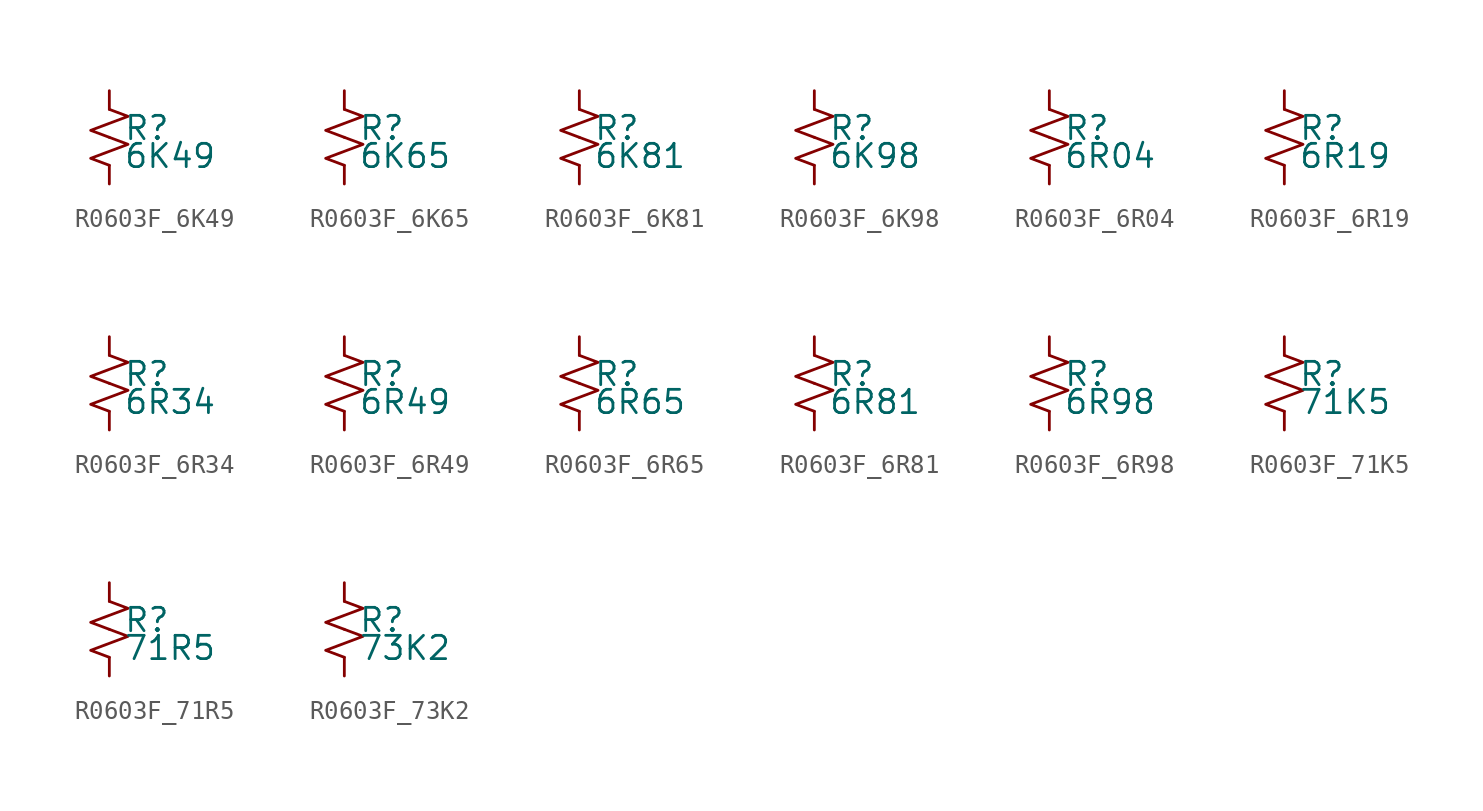
<source format=kicad_sym>
(kicad_symbol_lib
  (version 20220914)
  (generator kicad_symbol_editor)
  (symbol "R0603F_6K49"
    (pin_numbers hide)
    (pin_names
      (offset 0.254) hide)
    (property "Reference" "R"
      (at 0.762 0.508 0)
      (effects (font (size 1.27 1.27)) (justify left)))
    (property "Value" "6K49"
      (at 0.762 -1.016 0)
      (effects (font (size 1.27 1.27)) (justify left)))
    (symbol "R0603F_6K49_1_1"
      (polyline (pts (xy 0 0) (xy 1.016 -0.381) (xy 0 -0.762) (xy -1.016 -1.143) (xy 0 -1.524)) (stroke (width 0) (type default)) (fill (type none)))
      (polyline (pts (xy 0 1.524) (xy 1.016 1.143) (xy 0 0.762) (xy -1.016 0.381) (xy 0 0)) (stroke (width 0) (type default)) (fill (type none)))
      (pin passive line (at 0 2.54 270) (length 1.016) (name "~" (effects (font (size 1.27 1.27)))) (number "1" (effects (font (size 1.27 1.27)))))
      (pin passive line (at 0 -2.54 90) (length 1.016) (name "~" (effects (font (size 1.27 1.27)))) (number "2" (effects (font (size 1.27 1.27)))))))
  (symbol "R0603F_6K65"
    (pin_numbers hide)
    (pin_names
      (offset 0.254) hide)
    (property "Reference" "R"
      (at 0.762 0.508 0)
      (effects (font (size 1.27 1.27)) (justify left)))
    (property "Value" "6K65"
      (at 0.762 -1.016 0)
      (effects (font (size 1.27 1.27)) (justify left)))
    (symbol "R0603F_6K65_1_1"
      (polyline (pts (xy 0 0) (xy 1.016 -0.381) (xy 0 -0.762) (xy -1.016 -1.143) (xy 0 -1.524)) (stroke (width 0) (type default)) (fill (type none)))
      (polyline (pts (xy 0 1.524) (xy 1.016 1.143) (xy 0 0.762) (xy -1.016 0.381) (xy 0 0)) (stroke (width 0) (type default)) (fill (type none)))
      (pin passive line (at 0 2.54 270) (length 1.016) (name "~" (effects (font (size 1.27 1.27)))) (number "1" (effects (font (size 1.27 1.27)))))
      (pin passive line (at 0 -2.54 90) (length 1.016) (name "~" (effects (font (size 1.27 1.27)))) (number "2" (effects (font (size 1.27 1.27)))))))
  (symbol "R0603F_6K81"
    (pin_numbers hide)
    (pin_names
      (offset 0.254) hide)
    (property "Reference" "R"
      (at 0.762 0.508 0)
      (effects (font (size 1.27 1.27)) (justify left)))
    (property "Value" "6K81"
      (at 0.762 -1.016 0)
      (effects (font (size 1.27 1.27)) (justify left)))
    (symbol "R0603F_6K81_1_1"
      (polyline (pts (xy 0 0) (xy 1.016 -0.381) (xy 0 -0.762) (xy -1.016 -1.143) (xy 0 -1.524)) (stroke (width 0) (type default)) (fill (type none)))
      (polyline (pts (xy 0 1.524) (xy 1.016 1.143) (xy 0 0.762) (xy -1.016 0.381) (xy 0 0)) (stroke (width 0) (type default)) (fill (type none)))
      (pin passive line (at 0 2.54 270) (length 1.016) (name "~" (effects (font (size 1.27 1.27)))) (number "1" (effects (font (size 1.27 1.27)))))
      (pin passive line (at 0 -2.54 90) (length 1.016) (name "~" (effects (font (size 1.27 1.27)))) (number "2" (effects (font (size 1.27 1.27)))))))
  (symbol "R0603F_6K98"
    (pin_numbers hide)
    (pin_names
      (offset 0.254) hide)
    (property "Reference" "R"
      (at 0.762 0.508 0)
      (effects (font (size 1.27 1.27)) (justify left)))
    (property "Value" "6K98"
      (at 0.762 -1.016 0)
      (effects (font (size 1.27 1.27)) (justify left)))
    (symbol "R0603F_6K98_1_1"
      (polyline (pts (xy 0 0) (xy 1.016 -0.381) (xy 0 -0.762) (xy -1.016 -1.143) (xy 0 -1.524)) (stroke (width 0) (type default)) (fill (type none)))
      (polyline (pts (xy 0 1.524) (xy 1.016 1.143) (xy 0 0.762) (xy -1.016 0.381) (xy 0 0)) (stroke (width 0) (type default)) (fill (type none)))
      (pin passive line (at 0 2.54 270) (length 1.016) (name "~" (effects (font (size 1.27 1.27)))) (number "1" (effects (font (size 1.27 1.27)))))
      (pin passive line (at 0 -2.54 90) (length 1.016) (name "~" (effects (font (size 1.27 1.27)))) (number "2" (effects (font (size 1.27 1.27)))))))
  (symbol "R0603F_6R04"
    (pin_numbers hide)
    (pin_names
      (offset 0.254) hide)
    (property "Reference" "R"
      (at 0.762 0.508 0)
      (effects (font (size 1.27 1.27)) (justify left)))
    (property "Value" "6R04"
      (at 0.762 -1.016 0)
      (effects (font (size 1.27 1.27)) (justify left)))
    (symbol "R0603F_6R04_1_1"
      (polyline (pts (xy 0 0) (xy 1.016 -0.381) (xy 0 -0.762) (xy -1.016 -1.143) (xy 0 -1.524)) (stroke (width 0) (type default)) (fill (type none)))
      (polyline (pts (xy 0 1.524) (xy 1.016 1.143) (xy 0 0.762) (xy -1.016 0.381) (xy 0 0)) (stroke (width 0) (type default)) (fill (type none)))
      (pin passive line (at 0 2.54 270) (length 1.016) (name "~" (effects (font (size 1.27 1.27)))) (number "1" (effects (font (size 1.27 1.27)))))
      (pin passive line (at 0 -2.54 90) (length 1.016) (name "~" (effects (font (size 1.27 1.27)))) (number "2" (effects (font (size 1.27 1.27)))))))
  (symbol "R0603F_6R19"
    (pin_numbers hide)
    (pin_names
      (offset 0.254) hide)
    (property "Reference" "R"
      (at 0.762 0.508 0)
      (effects (font (size 1.27 1.27)) (justify left)))
    (property "Value" "6R19"
      (at 0.762 -1.016 0)
      (effects (font (size 1.27 1.27)) (justify left)))
    (symbol "R0603F_6R19_1_1"
      (polyline (pts (xy 0 0) (xy 1.016 -0.381) (xy 0 -0.762) (xy -1.016 -1.143) (xy 0 -1.524)) (stroke (width 0) (type default)) (fill (type none)))
      (polyline (pts (xy 0 1.524) (xy 1.016 1.143) (xy 0 0.762) (xy -1.016 0.381) (xy 0 0)) (stroke (width 0) (type default)) (fill (type none)))
      (pin passive line (at 0 2.54 270) (length 1.016) (name "~" (effects (font (size 1.27 1.27)))) (number "1" (effects (font (size 1.27 1.27)))))
      (pin passive line (at 0 -2.54 90) (length 1.016) (name "~" (effects (font (size 1.27 1.27)))) (number "2" (effects (font (size 1.27 1.27)))))))
  (symbol "R0603F_6R34"
    (pin_numbers hide)
    (pin_names
      (offset 0.254) hide)
    (property "Reference" "R"
      (at 0.762 0.508 0)
      (effects (font (size 1.27 1.27)) (justify left)))
    (property "Value" "6R34"
      (at 0.762 -1.016 0)
      (effects (font (size 1.27 1.27)) (justify left)))
    (symbol "R0603F_6R34_1_1"
      (polyline (pts (xy 0 0) (xy 1.016 -0.381) (xy 0 -0.762) (xy -1.016 -1.143) (xy 0 -1.524)) (stroke (width 0) (type default)) (fill (type none)))
      (polyline (pts (xy 0 1.524) (xy 1.016 1.143) (xy 0 0.762) (xy -1.016 0.381) (xy 0 0)) (stroke (width 0) (type default)) (fill (type none)))
      (pin passive line (at 0 2.54 270) (length 1.016) (name "~" (effects (font (size 1.27 1.27)))) (number "1" (effects (font (size 1.27 1.27)))))
      (pin passive line (at 0 -2.54 90) (length 1.016) (name "~" (effects (font (size 1.27 1.27)))) (number "2" (effects (font (size 1.27 1.27)))))))
  (symbol "R0603F_6R49"
    (pin_numbers hide)
    (pin_names
      (offset 0.254) hide)
    (property "Reference" "R"
      (at 0.762 0.508 0)
      (effects (font (size 1.27 1.27)) (justify left)))
    (property "Value" "6R49"
      (at 0.762 -1.016 0)
      (effects (font (size 1.27 1.27)) (justify left)))
    (symbol "R0603F_6R49_1_1"
      (polyline (pts (xy 0 0) (xy 1.016 -0.381) (xy 0 -0.762) (xy -1.016 -1.143) (xy 0 -1.524)) (stroke (width 0) (type default)) (fill (type none)))
      (polyline (pts (xy 0 1.524) (xy 1.016 1.143) (xy 0 0.762) (xy -1.016 0.381) (xy 0 0)) (stroke (width 0) (type default)) (fill (type none)))
      (pin passive line (at 0 2.54 270) (length 1.016) (name "~" (effects (font (size 1.27 1.27)))) (number "1" (effects (font (size 1.27 1.27)))))
      (pin passive line (at 0 -2.54 90) (length 1.016) (name "~" (effects (font (size 1.27 1.27)))) (number "2" (effects (font (size 1.27 1.27)))))))
  (symbol "R0603F_6R65"
    (pin_numbers hide)
    (pin_names
      (offset 0.254) hide)
    (property "Reference" "R"
      (at 0.762 0.508 0)
      (effects (font (size 1.27 1.27)) (justify left)))
    (property "Value" "6R65"
      (at 0.762 -1.016 0)
      (effects (font (size 1.27 1.27)) (justify left)))
    (symbol "R0603F_6R65_1_1"
      (polyline (pts (xy 0 0) (xy 1.016 -0.381) (xy 0 -0.762) (xy -1.016 -1.143) (xy 0 -1.524)) (stroke (width 0) (type default)) (fill (type none)))
      (polyline (pts (xy 0 1.524) (xy 1.016 1.143) (xy 0 0.762) (xy -1.016 0.381) (xy 0 0)) (stroke (width 0) (type default)) (fill (type none)))
      (pin passive line (at 0 2.54 270) (length 1.016) (name "~" (effects (font (size 1.27 1.27)))) (number "1" (effects (font (size 1.27 1.27)))))
      (pin passive line (at 0 -2.54 90) (length 1.016) (name "~" (effects (font (size 1.27 1.27)))) (number "2" (effects (font (size 1.27 1.27)))))))
  (symbol "R0603F_6R81"
    (pin_numbers hide)
    (pin_names
      (offset 0.254) hide)
    (property "Reference" "R"
      (at 0.762 0.508 0)
      (effects (font (size 1.27 1.27)) (justify left)))
    (property "Value" "6R81"
      (at 0.762 -1.016 0)
      (effects (font (size 1.27 1.27)) (justify left)))
    (symbol "R0603F_6R81_1_1"
      (polyline (pts (xy 0 0) (xy 1.016 -0.381) (xy 0 -0.762) (xy -1.016 -1.143) (xy 0 -1.524)) (stroke (width 0) (type default)) (fill (type none)))
      (polyline (pts (xy 0 1.524) (xy 1.016 1.143) (xy 0 0.762) (xy -1.016 0.381) (xy 0 0)) (stroke (width 0) (type default)) (fill (type none)))
      (pin passive line (at 0 2.54 270) (length 1.016) (name "~" (effects (font (size 1.27 1.27)))) (number "1" (effects (font (size 1.27 1.27)))))
      (pin passive line (at 0 -2.54 90) (length 1.016) (name "~" (effects (font (size 1.27 1.27)))) (number "2" (effects (font (size 1.27 1.27)))))))
  (symbol "R0603F_6R98"
    (pin_numbers hide)
    (pin_names
      (offset 0.254) hide)
    (property "Reference" "R"
      (at 0.762 0.508 0)
      (effects (font (size 1.27 1.27)) (justify left)))
    (property "Value" "6R98"
      (at 0.762 -1.016 0)
      (effects (font (size 1.27 1.27)) (justify left)))
    (symbol "R0603F_6R98_1_1"
      (polyline (pts (xy 0 0) (xy 1.016 -0.381) (xy 0 -0.762) (xy -1.016 -1.143) (xy 0 -1.524)) (stroke (width 0) (type default)) (fill (type none)))
      (polyline (pts (xy 0 1.524) (xy 1.016 1.143) (xy 0 0.762) (xy -1.016 0.381) (xy 0 0)) (stroke (width 0) (type default)) (fill (type none)))
      (pin passive line (at 0 2.54 270) (length 1.016) (name "~" (effects (font (size 1.27 1.27)))) (number "1" (effects (font (size 1.27 1.27)))))
      (pin passive line (at 0 -2.54 90) (length 1.016) (name "~" (effects (font (size 1.27 1.27)))) (number "2" (effects (font (size 1.27 1.27)))))))
  (symbol "R0603F_71K5"
    (pin_numbers hide)
    (pin_names
      (offset 0.254) hide)
    (property "Reference" "R"
      (at 0.762 0.508 0)
      (effects (font (size 1.27 1.27)) (justify left)))
    (property "Value" "71K5"
      (at 0.762 -1.016 0)
      (effects (font (size 1.27 1.27)) (justify left)))
    (symbol "R0603F_71K5_1_1"
      (polyline (pts (xy 0 0) (xy 1.016 -0.381) (xy 0 -0.762) (xy -1.016 -1.143) (xy 0 -1.524)) (stroke (width 0) (type default)) (fill (type none)))
      (polyline (pts (xy 0 1.524) (xy 1.016 1.143) (xy 0 0.762) (xy -1.016 0.381) (xy 0 0)) (stroke (width 0) (type default)) (fill (type none)))
      (pin passive line (at 0 2.54 270) (length 1.016) (name "~" (effects (font (size 1.27 1.27)))) (number "1" (effects (font (size 1.27 1.27)))))
      (pin passive line (at 0 -2.54 90) (length 1.016) (name "~" (effects (font (size 1.27 1.27)))) (number "2" (effects (font (size 1.27 1.27)))))))
  (symbol "R0603F_71R5"
    (pin_numbers hide)
    (pin_names
      (offset 0.254) hide)
    (property "Reference" "R"
      (at 0.762 0.508 0)
      (effects (font (size 1.27 1.27)) (justify left)))
    (property "Value" "71R5"
      (at 0.762 -1.016 0)
      (effects (font (size 1.27 1.27)) (justify left)))
    (symbol "R0603F_71R5_1_1"
      (polyline (pts (xy 0 0) (xy 1.016 -0.381) (xy 0 -0.762) (xy -1.016 -1.143) (xy 0 -1.524)) (stroke (width 0) (type default)) (fill (type none)))
      (polyline (pts (xy 0 1.524) (xy 1.016 1.143) (xy 0 0.762) (xy -1.016 0.381) (xy 0 0)) (stroke (width 0) (type default)) (fill (type none)))
      (pin passive line (at 0 2.54 270) (length 1.016) (name "~" (effects (font (size 1.27 1.27)))) (number "1" (effects (font (size 1.27 1.27)))))
      (pin passive line (at 0 -2.54 90) (length 1.016) (name "~" (effects (font (size 1.27 1.27)))) (number "2" (effects (font (size 1.27 1.27)))))))
  (symbol "R0603F_73K2"
    (pin_numbers hide)
    (pin_names
      (offset 0.254) hide)
    (property "Reference" "R"
      (at 0.762 0.508 0)
      (effects (font (size 1.27 1.27)) (justify left)))
    (property "Value" "73K2"
      (at 0.762 -1.016 0)
      (effects (font (size 1.27 1.27)) (justify left)))
    (symbol "R0603F_73K2_1_1"
      (polyline (pts (xy 0 0) (xy 1.016 -0.381) (xy 0 -0.762) (xy -1.016 -1.143) (xy 0 -1.524)) (stroke (width 0) (type default)) (fill (type none)))
      (polyline (pts (xy 0 1.524) (xy 1.016 1.143) (xy 0 0.762) (xy -1.016 0.381) (xy 0 0)) (stroke (width 0) (type default)) (fill (type none)))
      (pin passive line (at 0 2.54 270) (length 1.016) (name "~" (effects (font (size 1.27 1.27)))) (number "1" (effects (font (size 1.27 1.27)))))
      (pin passive line (at 0 -2.54 90) (length 1.016) (name "~" (effects (font (size 1.27 1.27)))) (number "2" (effects (font (size 1.27 1.27))))))))
</source>
